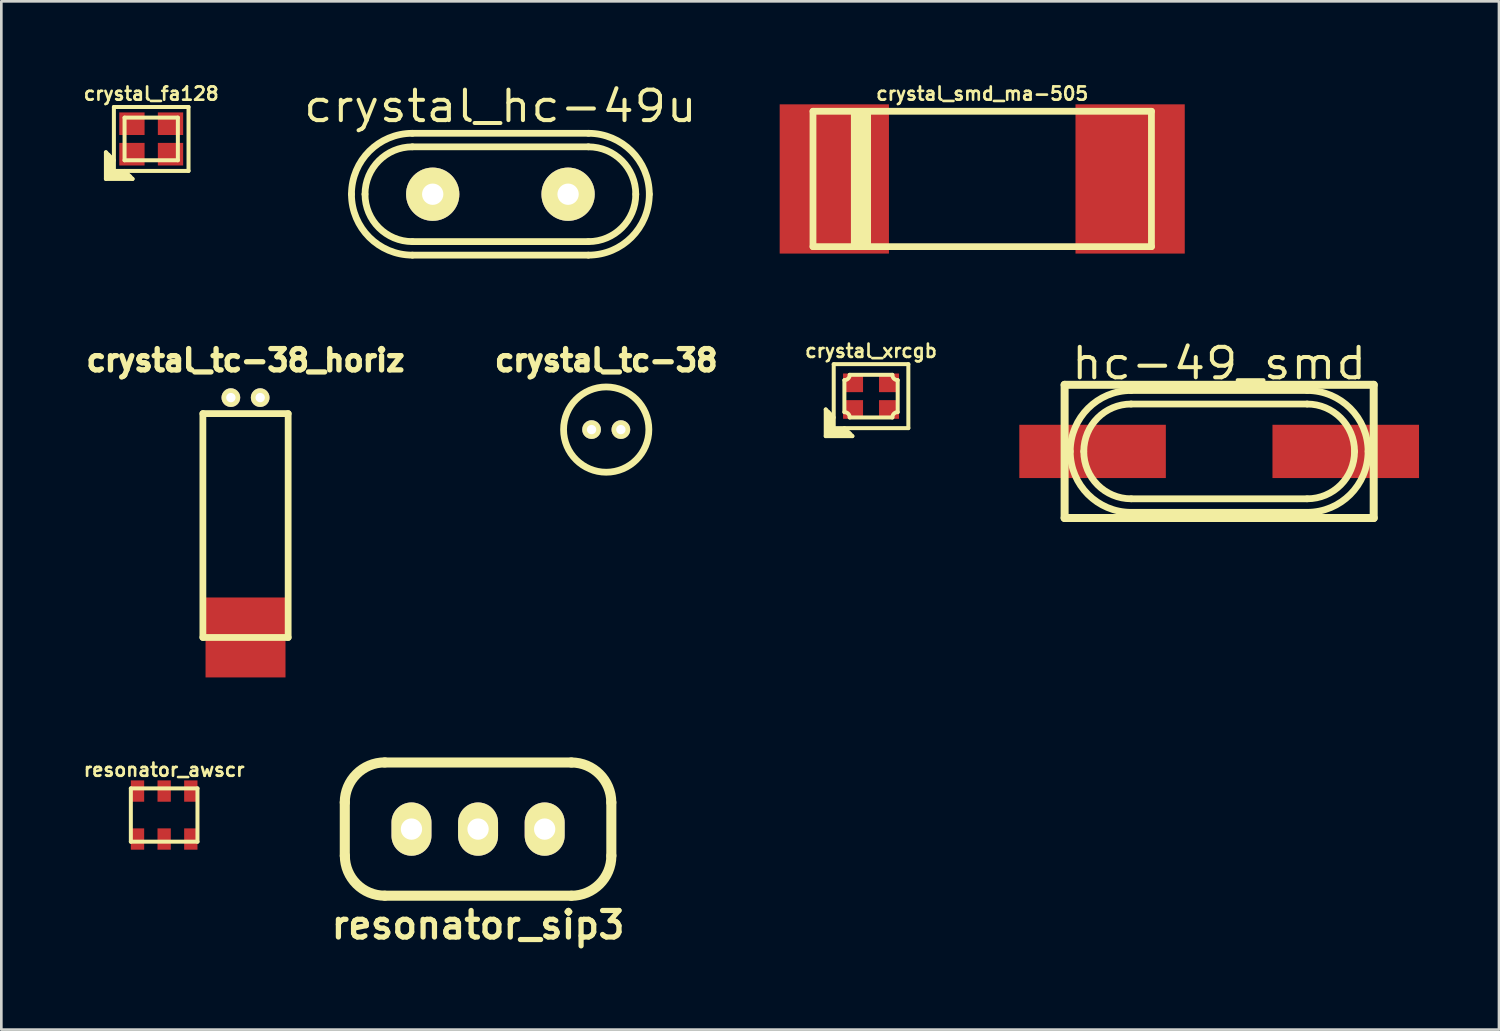
<source format=kicad_pcb>
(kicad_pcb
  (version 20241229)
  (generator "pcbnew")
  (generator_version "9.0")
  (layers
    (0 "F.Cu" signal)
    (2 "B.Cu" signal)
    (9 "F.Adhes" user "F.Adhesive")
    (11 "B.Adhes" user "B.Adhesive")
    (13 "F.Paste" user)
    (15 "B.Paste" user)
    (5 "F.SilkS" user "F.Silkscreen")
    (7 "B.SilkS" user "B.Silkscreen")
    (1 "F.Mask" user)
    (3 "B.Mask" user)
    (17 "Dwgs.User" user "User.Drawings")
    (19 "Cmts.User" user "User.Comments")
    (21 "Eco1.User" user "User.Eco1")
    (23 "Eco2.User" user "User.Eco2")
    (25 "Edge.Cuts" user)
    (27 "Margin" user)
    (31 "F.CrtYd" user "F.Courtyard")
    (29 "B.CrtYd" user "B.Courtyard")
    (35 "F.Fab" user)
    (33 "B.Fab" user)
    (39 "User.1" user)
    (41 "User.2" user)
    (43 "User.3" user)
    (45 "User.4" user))
  (footprint "crystal_smd_ma-505"
    (layer "F.Cu")
    (at 33.807 3.665)
    (property "Reference" "crystal_smd_ma-505" (at 0 -3.2 0) (layer "F.SilkS") (effects (font (size 0.498 0.498) (thickness 0.099))))
    (attr through_hole)
    (fp_line (start -6.35 -2.54) (end -6.35 2.54) (stroke (width 0.254) (type solid)) (layer "F.SilkS"))
    (fp_line (start -6.35 -2.54) (end 6.35 -2.54) (stroke (width 0.254) (type solid)) (layer "F.SilkS"))
    (fp_line (start -6.35 2.54) (end 6.35 2.54) (stroke (width 0.254) (type solid)) (layer "F.SilkS"))
    (fp_line (start -4.8 2.5) (end -4.8 -2.5) (stroke (width 0.254) (type solid)) (layer "F.SilkS"))
    (fp_line (start -4.7 2.5) (end -4.7 -2.5) (stroke (width 0.254) (type solid)) (layer "F.SilkS"))
    (fp_line (start -4.5 -2.5) (end -4.5 2.5) (stroke (width 0.254) (type solid)) (layer "F.SilkS"))
    (fp_line (start -4.3 2.5) (end -4.3 -2.5) (stroke (width 0.254) (type solid)) (layer "F.SilkS"))
    (fp_line (start 6.35 -2.54) (end 6.35 2.54) (stroke (width 0.254) (type solid)) (layer "F.SilkS"))
    (pad "1" smd rect (at -5.55 0) (size 4.1 5.6) (layers "F.Cu" "F.Mask" "F.Paste"))
    (pad "2" smd rect (at 5.55 0) (size 4.1 5.6) (layers "F.Cu" "F.Mask" "F.Paste")))
  (footprint "crystal_hc-49u"
    (layer "F.Cu")
    (at 15.727 4.238)
    (property "Reference" "crystal_hc-49u" (at 0 -3.302 0) (layer "F.SilkS") (effects (font (size 1.143 1.27) (thickness 0.152))))
    (attr through_hole)
    (fp_line (start -3.302 -2.286) (end 3.302 -2.286) (stroke (width 0.254) (type solid)) (layer "F.SilkS"))
    (fp_line (start -3.302 1.778) (end 3.302 1.778) (stroke (width 0.254) (type solid)) (layer "F.SilkS"))
    (fp_line (start 3.302 -1.778) (end -3.302 -1.778) (stroke (width 0.254) (type solid)) (layer "F.SilkS"))
    (fp_line (start 3.302 2.286) (end -3.302 2.286) (stroke (width 0.254) (type solid)) (layer "F.SilkS"))
    (fp_arc (start -5.588 0) (mid -4.918446 -1.616446) (end -3.302 -2.286) (stroke (width 0.254) (type solid)) (layer "F.SilkS"))
    (fp_arc (start -5.08 0) (mid -4.559236 -1.257236) (end -3.302 -1.778) (stroke (width 0.254) (type solid)) (layer "F.SilkS"))
    (fp_arc (start -3.302 1.778) (mid -4.559236 1.257236) (end -5.08 0) (stroke (width 0.254) (type solid)) (layer "F.SilkS"))
    (fp_arc (start -3.302 2.286) (mid -4.918446 1.616446) (end -5.588 0) (stroke (width 0.254) (type solid)) (layer "F.SilkS"))
    (fp_arc (start 3.302 -2.286) (mid 4.918446 -1.616446) (end 5.588 0) (stroke (width 0.254) (type solid)) (layer "F.SilkS"))
    (fp_arc (start 3.302 -1.778) (mid 4.559236 -1.257236) (end 5.08 0) (stroke (width 0.254) (type solid)) (layer "F.SilkS"))
    (fp_arc (start 5.08 0) (mid 4.559236 1.257236) (end 3.302 1.778) (stroke (width 0.254) (type solid)) (layer "F.SilkS"))
    (fp_arc (start 5.588 0) (mid 4.918446 1.616446) (end 3.302 2.286) (stroke (width 0.254) (type solid)) (layer "F.SilkS"))
    (pad "1" thru_hole circle (at -2.54 0) (size 1.999 1.999) (drill 0.8) (layers "*.Cu" "*.Mask" "F.SilkS"))
    (pad "2" thru_hole circle (at 2.54 0) (size 1.999 1.999) (drill 0.8) (layers "*.Cu" "*.Mask" "F.SilkS")))
  (footprint "crystal_xrcgb"
    (layer "F.Cu")
    (at 29.635 11.815)
    (property "Reference" "crystal_xrcgb" (at 0 -1.699 0) (layer "F.SilkS") (effects (font (size 0.498 0.498) (thickness 0.099))))
    (attr through_hole)
    (fp_line (start -1.7 0.5) (end -1.4 0.8) (stroke (width 0.15) (type solid)) (layer "F.SilkS"))
    (fp_line (start -1.7 1.5) (end -1.7 0.5) (stroke (width 0.15) (type solid)) (layer "F.SilkS"))
    (fp_line (start -1.6 0.6) (end -1.6 1.4) (stroke (width 0.15) (type solid)) (layer "F.SilkS"))
    (fp_line (start -1.6 1.4) (end -0.8 1.4) (stroke (width 0.15) (type solid)) (layer "F.SilkS"))
    (fp_line (start -1.5 1.3) (end -1.5 0.7) (stroke (width 0.15) (type solid)) (layer "F.SilkS"))
    (fp_line (start -1.5 1.3) (end -0.9 1.3) (stroke (width 0.15) (type solid)) (layer "F.SilkS"))
    (fp_line (start -1.4 -1.2) (end 1.4 -1.2) (stroke (width 0.15) (type solid)) (layer "F.SilkS"))
    (fp_line (start -1.4 1.2) (end -1.4 -1.2) (stroke (width 0.15) (type solid)) (layer "F.SilkS"))
    (fp_line (start -1 -0.6) (end -1 0.6) (stroke (width 0.15) (type solid)) (layer "F.SilkS"))
    (fp_line (start -0.8 0.8) (end 0.8 0.8) (stroke (width 0.15) (type solid)) (layer "F.SilkS"))
    (fp_line (start -0.7 1.5) (end -1.7 1.5) (stroke (width 0.15) (type solid)) (layer "F.SilkS"))
    (fp_line (start -0.7 1.5) (end -1 1.2) (stroke (width 0.15) (type solid)) (layer "F.SilkS"))
    (fp_line (start 0.8 -0.8) (end -0.8 -0.8) (stroke (width 0.15) (type solid)) (layer "F.SilkS"))
    (fp_line (start 1 0.6) (end 1 -0.6) (stroke (width 0.15) (type solid)) (layer "F.SilkS"))
    (fp_line (start 1.4 -1.2) (end 1.4 1.2) (stroke (width 0.15) (type solid)) (layer "F.SilkS"))
    (fp_line (start 1.4 1.2) (end -1.4 1.2) (stroke (width 0.15) (type solid)) (layer "F.SilkS"))
    (fp_arc (start -1 0.6) (mid -0.858579 0.658579) (end -0.8 0.8) (stroke (width 0.15) (type solid)) (layer "F.SilkS"))
    (fp_arc (start -0.8 -0.8) (mid -0.858579 -0.658579) (end -1 -0.6) (stroke (width 0.15) (type solid)) (layer "F.SilkS"))
    (fp_arc (start 0.8 0.8) (mid 0.858579 0.658579) (end 1 0.6) (stroke (width 0.15) (type solid)) (layer "F.SilkS"))
    (fp_arc (start 1 -0.6) (mid 0.858579 -0.658579) (end 0.8 -0.8) (stroke (width 0.15) (type solid)) (layer "F.SilkS"))
    (pad "1" smd rect (at -0.675 0.5) (size 0.75 0.7) (layers "F.Cu" "F.Mask" "F.Paste"))
    (pad "2" smd rect (at -0.675 -0.5) (size 0.75 0.7) (layers "F.Cu" "F.Mask" "F.Paste"))
    (pad "2" smd rect (at 0.675 0.5) (size 0.75 0.7) (layers "F.Cu" "F.Mask" "F.Paste"))
    (pad "3" smd rect (at 0.675 -0.5) (size 0.75 0.7) (layers "F.Cu" "F.Mask" "F.Paste")))
  (footprint "crystal_tc-38_horiz"
    (layer "F.Cu")
    (at 6.163 16.27)
    (property "Reference" "crystal_tc-38_horiz" (at 0 -5.8 0) (layer "F.SilkS") (effects (font (size 0.8 0.8) (thickness 0.2))))
    (attr through_hole)
    (fp_line (start -1.6 -3.8) (end -1.6 4.6) (stroke (width 0.254) (type solid)) (layer "F.SilkS"))
    (fp_line (start -1.6 -3.8) (end 1.6 -3.8) (stroke (width 0.254) (type solid)) (layer "F.SilkS"))
    (fp_line (start -1.6 4.6) (end 1.6 4.6) (stroke (width 0.254) (type solid)) (layer "F.SilkS"))
    (fp_line (start 1.6 -3.8) (end 1.6 4.6) (stroke (width 0.254) (type solid)) (layer "F.SilkS"))
    (pad "" smd rect (at 0 4.6) (size 3 3) (layers "F.Cu" "F.Mask" "F.Paste"))
    (pad "1" thru_hole circle (at -0.55 -4.4) (size 0.7 0.7) (drill 0.35) (layers "*.Cu" "*.Mask" "F.SilkS"))
    (pad "2" thru_hole circle (at 0.55 -4.4) (size 0.7 0.7) (drill 0.35) (layers "*.Cu" "*.Mask" "F.SilkS")))
  (footprint "resonator_awscr"
    (layer "F.Cu")
    (at 3.11 27.534)
    (property "Reference" "resonator_awscr" (at 0 -1.699 0) (layer "F.SilkS") (effects (font (size 0.498 0.498) (thickness 0.099))))
    (attr through_hole)
    (fp_line (start -1.25 -1) (end -1.25 1) (stroke (width 0.15) (type solid)) (layer "F.SilkS"))
    (fp_line (start -1.25 1) (end 1.25 1) (stroke (width 0.15) (type solid)) (layer "F.SilkS"))
    (fp_line (start 1.25 -1) (end -1.25 -1) (stroke (width 0.15) (type solid)) (layer "F.SilkS"))
    (fp_line (start 1.25 1) (end 1.25 -1) (stroke (width 0.15) (type solid)) (layer "F.SilkS"))
    (pad "1" smd rect (at -1 -0.9) (size 0.5 0.8) (layers "F.Cu" "F.Mask" "F.Paste"))
    (pad "1" smd rect (at -1 0.9) (size 0.5 0.8) (layers "F.Cu" "F.Mask" "F.Paste"))
    (pad "2" smd rect (at 0 -0.9) (size 0.5 0.8) (layers "F.Cu" "F.Mask" "F.Paste"))
    (pad "2" smd rect (at 0 0.9) (size 0.5 0.8) (layers "F.Cu" "F.Mask" "F.Paste"))
    (pad "3" smd rect (at 1 -0.9) (size 0.5 0.8) (layers "F.Cu" "F.Mask" "F.Paste"))
    (pad "3" smd rect (at 1 0.9) (size 0.5 0.8) (layers "F.Cu" "F.Mask" "F.Paste")))
  (footprint "crystal_fa128"
    (layer "F.Cu")
    (at 2.624 2.164)
    (property "Reference" "crystal_fa128" (at 0 -1.699 0) (layer "F.SilkS") (effects (font (size 0.498 0.498) (thickness 0.099))))
    (attr through_hole)
    (fp_line (start -1.7 0.5) (end -1.4 0.8) (stroke (width 0.15) (type solid)) (layer "F.SilkS"))
    (fp_line (start -1.7 1.5) (end -1.7 0.5) (stroke (width 0.15) (type solid)) (layer "F.SilkS"))
    (fp_line (start -1.7 1.5) (end -0.7 1.5) (stroke (width 0.15) (type solid)) (layer "F.SilkS"))
    (fp_line (start -1.6 1.4) (end -1.6 0.6) (stroke (width 0.15) (type solid)) (layer "F.SilkS"))
    (fp_line (start -1.6 1.4) (end -0.8 1.4) (stroke (width 0.15) (type solid)) (layer "F.SilkS"))
    (fp_line (start -1.5 1.3) (end -1.5 0.7) (stroke (width 0.15) (type solid)) (layer "F.SilkS"))
    (fp_line (start -1.5 1.3) (end -0.9 1.3) (stroke (width 0.15) (type solid)) (layer "F.SilkS"))
    (fp_line (start -1.4 -1.2) (end 1.4 -1.2) (stroke (width 0.15) (type solid)) (layer "F.SilkS"))
    (fp_line (start -1.4 1.2) (end -1.4 -1.2) (stroke (width 0.15) (type solid)) (layer "F.SilkS"))
    (fp_line (start -1 -0.8) (end -1 0.8) (stroke (width 0.15) (type solid)) (layer "F.SilkS"))
    (fp_line (start -1 0.8) (end 1 0.8) (stroke (width 0.15) (type solid)) (layer "F.SilkS"))
    (fp_line (start -0.7 1.5) (end -1 1.2) (stroke (width 0.15) (type solid)) (layer "F.SilkS"))
    (fp_line (start 1 -0.8) (end -1 -0.8) (stroke (width 0.15) (type solid)) (layer "F.SilkS"))
    (fp_line (start 1 0.8) (end 1 -0.8) (stroke (width 0.15) (type solid)) (layer "F.SilkS"))
    (fp_line (start 1.4 -1.2) (end 1.4 1.2) (stroke (width 0.15) (type solid)) (layer "F.SilkS"))
    (fp_line (start 1.4 1.2) (end -1.4 1.2) (stroke (width 0.15) (type solid)) (layer "F.SilkS"))
    (pad "1" smd rect (at -0.724 0.572) (size 0.95 0.848) (layers "F.Cu" "F.Mask" "F.Paste"))
    (pad "2" smd rect (at 0.724 -0.572) (size 0.95 0.848) (layers "F.Cu" "F.Mask" "F.Paste"))
    (pad "3" smd rect (at 0.724 0.572) (size 0.95 0.848) (layers "F.Cu" "F.Mask" "F.Paste"))
    (pad "4" smd rect (at -0.724 -0.572) (size 0.95 0.848) (layers "F.Cu" "F.Mask" "F.Paste")))
  (footprint "crystal_tc-38"
    (layer "F.Cu")
    (at 19.698 13.07)
    (property "Reference" "crystal_tc-38" (at 0 -2.6 0) (layer "F.SilkS") (effects (font (size 0.8 0.8) (thickness 0.2))))
    (attr through_hole)
    (fp_circle (center 0 0) (end -1.6 0) (stroke (width 0.254) (type solid)) (fill no) (layer "F.SilkS"))
    (pad "1" thru_hole circle (at -0.55 0) (size 0.7 0.7) (drill 0.35) (layers "*.Cu" "*.Mask" "F.SilkS"))
    (pad "2" thru_hole circle (at 0.55 0) (size 0.7 0.7) (drill 0.35) (layers "*.Cu" "*.Mask" "F.SilkS")))
  (footprint "resonator_sip3"
    (layer "F.Cu")
    (at 14.889 28.061)
    (property "Reference" "resonator_sip3" (at 0 3.599 0) (layer "F.SilkS") (effects (font (size 0.996 0.996) (thickness 0.196))))
    (attr through_hole)
    (fp_line (start -5.001 1.001) (end -5.001 -1.001) (stroke (width 0.378) (type solid)) (layer "F.SilkS"))
    (fp_line (start -3.5 -2.499) (end 3.5 -2.499) (stroke (width 0.378) (type solid)) (layer "F.SilkS"))
    (fp_line (start 3.5 2.499) (end -3.5 2.499) (stroke (width 0.378) (type solid)) (layer "F.SilkS"))
    (fp_line (start 5.001 -1.001) (end 5.001 1.001) (stroke (width 0.378) (type solid)) (layer "F.SilkS"))
    (fp_arc (start -5.00126 -1.00076) (mid -4.561586 -2.062226) (end -3.50012 -2.5019) (stroke (width 0.37846) (type solid)) (layer "F.SilkS"))
    (fp_arc (start -3.50012 2.49936) (mid -4.55979 2.06043) (end -4.99872 1.00076) (stroke (width 0.37846) (type solid)) (layer "F.SilkS"))
    (fp_arc (start 3.50012 -2.49936) (mid 4.55979 -2.06043) (end 4.99872 -1.00076) (stroke (width 0.37846) (type solid)) (layer "F.SilkS"))
    (fp_arc (start 5.00126 1.00076) (mid 4.561586 2.062226) (end 3.50012 2.5019) (stroke (width 0.37846) (type solid)) (layer "F.SilkS"))
    (pad "1" thru_hole oval (at -2.499 0) (size 1.499 1.999) (drill 0.8) (layers "*.Cu" "*.Mask" "F.SilkS"))
    (pad "2" thru_hole oval (at 0 0) (size 1.499 1.999) (drill 0.8) (layers "*.Cu" "*.Mask" "F.SilkS"))
    (pad "3" thru_hole oval (at 2.499 0) (size 1.499 1.999) (drill 0.8) (layers "*.Cu" "*.Mask" "F.SilkS")))
  (footprint "hc-49_smd"
    (layer "F.Cu")
    (at 42.698 13.889)
    (property "Reference" "hc-49_smd" (at 0 -3.302 0) (layer "F.SilkS") (effects (font (size 1.143 1.27) (thickness 0.152))))
    (attr through_hole)
    (fp_line (start -5.799 -2.499) (end -5.799 2.499) (stroke (width 0.3) (type solid)) (layer "F.SilkS"))
    (fp_line (start -5.799 2.499) (end 5.799 2.499) (stroke (width 0.3) (type solid)) (layer "F.SilkS"))
    (fp_line (start -3.302 -2.286) (end 3.302 -2.286) (stroke (width 0.254) (type solid)) (layer "F.SilkS"))
    (fp_line (start -3.302 1.778) (end 3.302 1.778) (stroke (width 0.254) (type solid)) (layer "F.SilkS"))
    (fp_line (start 3.302 -1.778) (end -3.302 -1.778) (stroke (width 0.254) (type solid)) (layer "F.SilkS"))
    (fp_line (start 3.302 2.286) (end -3.302 2.286) (stroke (width 0.254) (type solid)) (layer "F.SilkS"))
    (fp_line (start 5.799 -2.499) (end -5.799 -2.499) (stroke (width 0.3) (type solid)) (layer "F.SilkS"))
    (fp_line (start 5.799 2.499) (end 5.799 -2.499) (stroke (width 0.3) (type solid)) (layer "F.SilkS"))
    (fp_arc (start -5.588 0) (mid -4.918446 -1.616446) (end -3.302 -2.286) (stroke (width 0.254) (type solid)) (layer "F.SilkS"))
    (fp_arc (start -5.08 0) (mid -4.559236 -1.257236) (end -3.302 -1.778) (stroke (width 0.254) (type solid)) (layer "F.SilkS"))
    (fp_arc (start -3.302 1.778) (mid -4.559236 1.257236) (end -5.08 0) (stroke (width 0.254) (type solid)) (layer "F.SilkS"))
    (fp_arc (start -3.302 2.286) (mid -4.918446 1.616446) (end -5.588 0) (stroke (width 0.254) (type solid)) (layer "F.SilkS"))
    (fp_arc (start 3.302 -2.286) (mid 4.918446 -1.616446) (end 5.588 0) (stroke (width 0.254) (type solid)) (layer "F.SilkS"))
    (fp_arc (start 3.302 -1.778) (mid 4.559236 -1.257236) (end 5.08 0) (stroke (width 0.254) (type solid)) (layer "F.SilkS"))
    (fp_arc (start 5.08 0) (mid 4.559236 1.257236) (end 3.302 1.778) (stroke (width 0.254) (type solid)) (layer "F.SilkS"))
    (fp_arc (start 5.588 0) (mid 4.918446 1.616446) (end 3.302 2.286) (stroke (width 0.254) (type solid)) (layer "F.SilkS"))
    (pad "1" smd rect (at -4.75 0) (size 5.499 1.999) (layers "F.Cu" "F.Mask" "F.Paste"))
    (pad "2" smd rect (at 4.75 0) (size 5.499 1.999) (layers "F.Cu" "F.Mask" "F.Paste")))
  (gr_rect
    (start -3 -3)
    (end 53.198 35.586)
    (stroke (width 0.1) (type default))
    (fill no)
    (layer "Edge.Cuts")))
</source>
